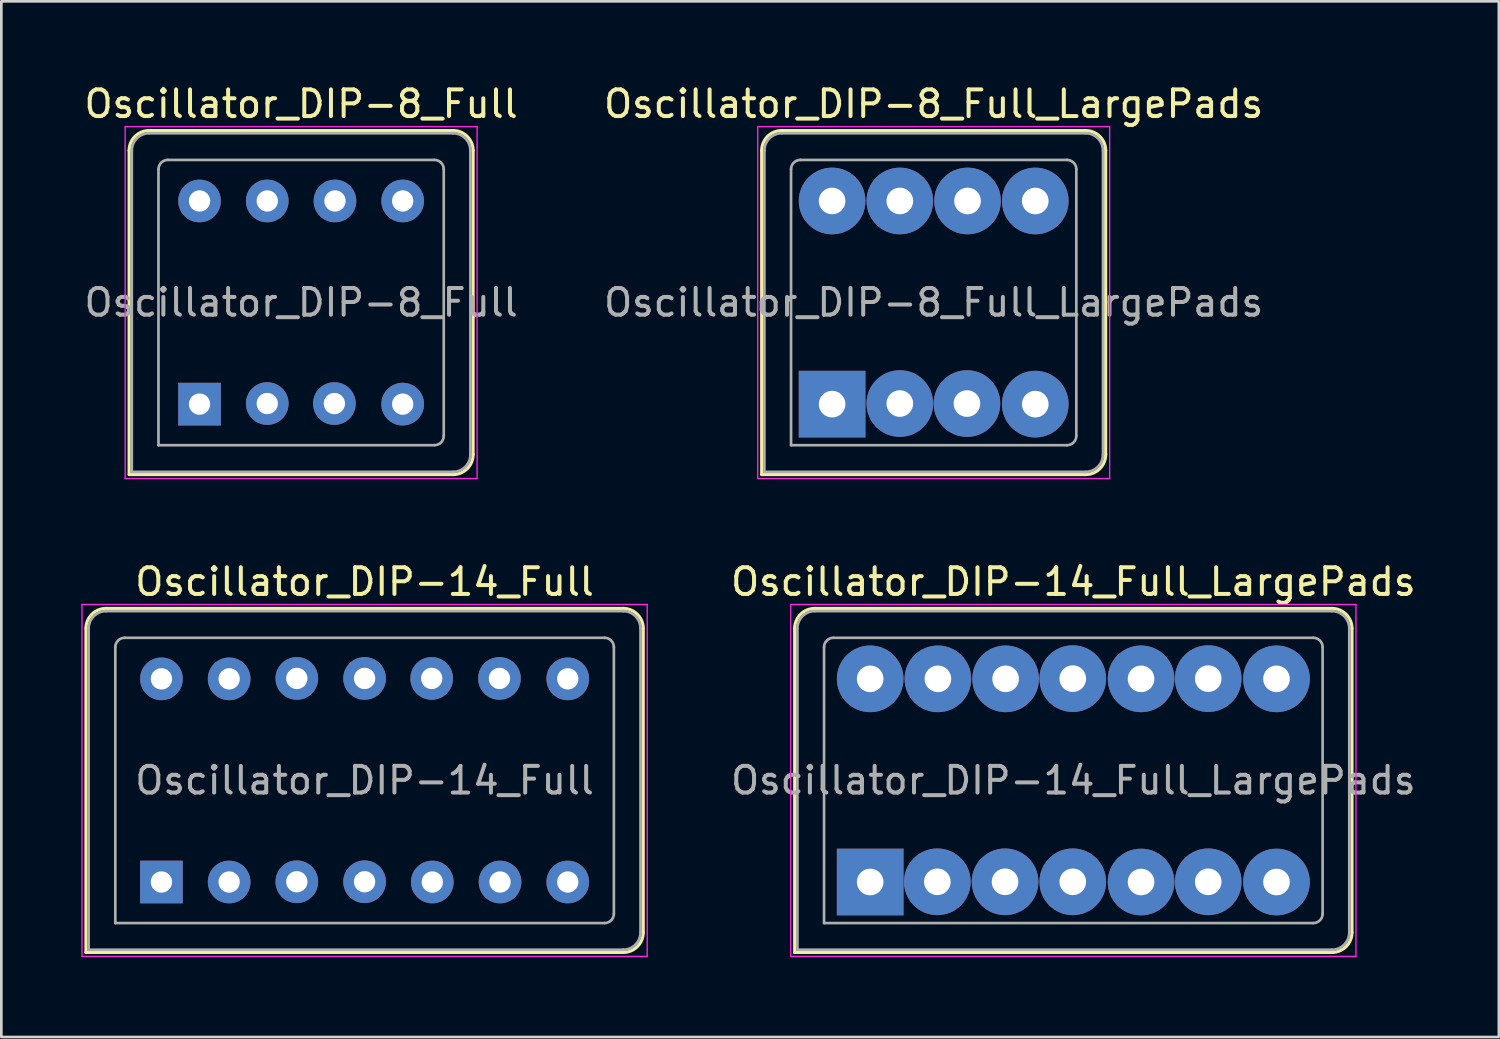
<source format=kicad_pcb>
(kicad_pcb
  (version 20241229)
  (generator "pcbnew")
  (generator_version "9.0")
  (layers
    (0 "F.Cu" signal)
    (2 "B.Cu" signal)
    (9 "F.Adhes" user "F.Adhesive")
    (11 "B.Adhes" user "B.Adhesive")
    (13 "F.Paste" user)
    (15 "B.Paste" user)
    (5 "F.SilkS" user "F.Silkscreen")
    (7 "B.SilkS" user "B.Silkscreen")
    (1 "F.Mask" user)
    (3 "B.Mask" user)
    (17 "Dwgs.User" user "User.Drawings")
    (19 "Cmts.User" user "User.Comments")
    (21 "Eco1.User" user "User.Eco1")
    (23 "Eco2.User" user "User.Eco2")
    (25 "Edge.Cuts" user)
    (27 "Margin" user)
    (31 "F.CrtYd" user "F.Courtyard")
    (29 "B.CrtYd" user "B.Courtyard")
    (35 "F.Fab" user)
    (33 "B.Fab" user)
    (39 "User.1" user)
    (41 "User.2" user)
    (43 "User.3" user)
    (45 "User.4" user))
  (footprint "Oscillator_DIP-14_Full_LargePads"
    (layer "F.Cu")
    (at 29.588 30.032)
    (property "Reference" "Oscillator_DIP-14_Full_LargePads" (at 7.62 -11.26 0) (layer "F.SilkS") (effects (font (size 1 1) (thickness 0.15))))
    (attr through_hole)
    (fp_line (start -2.83 -9.51) (end -2.83 2.64) (stroke (width 0.12) (type solid)) (layer "F.SilkS"))
    (fp_line (start -2.83 2.64) (end 17.32 2.64) (stroke (width 0.12) (type solid)) (layer "F.SilkS"))
    (fp_line (start 17.32 -10.26) (end -2.08 -10.26) (stroke (width 0.12) (type solid)) (layer "F.SilkS"))
    (fp_line (start 18.07 1.89) (end 18.07 -9.51) (stroke (width 0.12) (type solid)) (layer "F.SilkS"))
    (fp_arc (start -2.83 -9.51) (mid -2.61033 -10.04033) (end -2.08 -10.26) (stroke (width 0.12) (type solid)) (layer "F.SilkS"))
    (fp_arc (start 17.32 -10.26) (mid 17.85033 -10.04033) (end 18.07 -9.51) (stroke (width 0.12) (type solid)) (layer "F.SilkS"))
    (fp_arc (start 18.07 1.89) (mid 17.85033 2.42033) (end 17.32 2.64) (stroke (width 0.12) (type solid)) (layer "F.SilkS"))
    (fp_line (start -2.98 -10.41) (end -2.98 2.79) (stroke (width 0.05) (type solid)) (layer "F.CrtYd"))
    (fp_line (start -2.98 2.79) (end 18.22 2.79) (stroke (width 0.05) (type solid)) (layer "F.CrtYd"))
    (fp_line (start 18.22 -10.41) (end -2.98 -10.41) (stroke (width 0.05) (type solid)) (layer "F.CrtYd"))
    (fp_line (start 18.22 2.79) (end 18.22 -10.41) (stroke (width 0.05) (type solid)) (layer "F.CrtYd"))
    (fp_line (start -2.73 2.54) (end -2.73 -9.51) (stroke (width 0.1) (type solid)) (layer "F.Fab"))
    (fp_line (start -2.73 2.54) (end 17.32 2.54) (stroke (width 0.1) (type solid)) (layer "F.Fab"))
    (fp_line (start -2.08 -10.16) (end 17.32 -10.16) (stroke (width 0.1) (type solid)) (layer "F.Fab"))
    (fp_line (start -1.73 1.54) (end -1.73 -8.81) (stroke (width 0.1) (type solid)) (layer "F.Fab"))
    (fp_line (start -1.73 1.54) (end 16.62 1.54) (stroke (width 0.1) (type solid)) (layer "F.Fab"))
    (fp_line (start -1.38 -9.16) (end 16.62 -9.16) (stroke (width 0.1) (type solid)) (layer "F.Fab"))
    (fp_line (start 16.97 1.19) (end 16.97 -8.81) (stroke (width 0.1) (type solid)) (layer "F.Fab"))
    (fp_line (start 17.97 -9.51) (end 17.97 1.89) (stroke (width 0.1) (type solid)) (layer "F.Fab"))
    (fp_arc (start -2.73 -9.51) (mid -2.539619 -9.969619) (end -2.08 -10.16) (stroke (width 0.1) (type solid)) (layer "F.Fab"))
    (fp_arc (start -1.73 -8.81) (mid -1.627487 -9.057487) (end -1.38 -9.16) (stroke (width 0.1) (type solid)) (layer "F.Fab"))
    (fp_arc (start 16.62 -9.16) (mid 16.867487 -9.057487) (end 16.97 -8.81) (stroke (width 0.1) (type solid)) (layer "F.Fab"))
    (fp_arc (start 16.97 1.19) (mid 16.867487 1.437487) (end 16.62 1.54) (stroke (width 0.1) (type solid)) (layer "F.Fab"))
    (fp_arc (start 17.32 -10.16) (mid 17.779619 -9.969619) (end 17.97 -9.51) (stroke (width 0.1) (type solid)) (layer "F.Fab"))
    (fp_arc (start 17.97 1.89) (mid 17.779619 2.349619) (end 17.32 2.54) (stroke (width 0.1) (type solid)) (layer "F.Fab"))
    (fp_text user "${REFERENCE}" (at 7.62 -3.81 0) (layer "F.Fab") (effects (font (size 1 1) (thickness 0.15))))
    (pad "" thru_hole circle (at 2.519 -0.008) (size 2.5 2.5) (drill 1) (layers "*.Cu" "*.Mask"))
    (pad "" thru_hole circle (at 2.54 -7.62) (size 2.5 2.5) (drill 1) (layers "*.Cu" "*.Mask"))
    (pad "" thru_hole circle (at 5.059 -0.008) (size 2.5 2.5) (drill 1) (layers "*.Cu" "*.Mask"))
    (pad "" thru_hole circle (at 5.08 -7.62) (size 2.5 2.5) (drill 1) (layers "*.Cu" "*.Mask"))
    (pad "" thru_hole circle (at 7.599 -7.628) (size 2.5 2.5) (drill 1) (layers "*.Cu" "*.Mask"))
    (pad "" thru_hole circle (at 7.599 -0.008) (size 2.5 2.5) (drill 1) (layers "*.Cu" "*.Mask"))
    (pad "" thru_hole circle (at 10.16 -7.62) (size 2.5 2.5) (drill 1) (layers "*.Cu" "*.Mask"))
    (pad "" thru_hole circle (at 10.16 0) (size 2.5 2.5) (drill 1) (layers "*.Cu" "*.Mask"))
    (pad "" thru_hole circle (at 12.679 -7.628) (size 2.5 2.5) (drill 1) (layers "*.Cu" "*.Mask"))
    (pad "" thru_hole circle (at 12.679 -0.008) (size 2.5 2.5) (drill 1) (layers "*.Cu" "*.Mask"))
    (pad "1" thru_hole rect (at 0 0) (size 2.5 2.5) (drill 1) (layers "*.Cu" "*.Mask"))
    (pad "7" thru_hole circle (at 15.24 0) (size 2.5 2.5) (drill 1) (layers "*.Cu" "*.Mask"))
    (pad "8" thru_hole circle (at 15.24 -7.62) (size 2.5 2.5) (drill 1) (layers "*.Cu" "*.Mask"))
    (pad "14" thru_hole circle (at 0 -7.62) (size 2.5 2.5) (drill 1) (layers "*.Cu" "*.Mask")))
  (footprint "Oscillator_DIP-8_Full_LargePads"
    (layer "F.Cu")
    (at 28.16 12.108)
    (property "Reference" "Oscillator_DIP-8_Full_LargePads" (at 3.81 -11.26 0) (layer "F.SilkS") (effects (font (size 1 1) (thickness 0.15))))
    (attr through_hole)
    (fp_line (start -2.64 -9.51) (end -2.64 2.64) (stroke (width 0.12) (type solid)) (layer "F.SilkS"))
    (fp_line (start -2.64 2.64) (end 9.51 2.64) (stroke (width 0.12) (type solid)) (layer "F.SilkS"))
    (fp_line (start 9.51 -10.26) (end -1.89 -10.26) (stroke (width 0.12) (type solid)) (layer "F.SilkS"))
    (fp_line (start 10.26 1.89) (end 10.26 -9.51) (stroke (width 0.12) (type solid)) (layer "F.SilkS"))
    (fp_arc (start -2.64 -9.51) (mid -2.42033 -10.04033) (end -1.89 -10.26) (stroke (width 0.12) (type solid)) (layer "F.SilkS"))
    (fp_arc (start 9.51 -10.26) (mid 10.04033 -10.04033) (end 10.26 -9.51) (stroke (width 0.12) (type solid)) (layer "F.SilkS"))
    (fp_arc (start 10.26 1.89) (mid 10.04033 2.42033) (end 9.51 2.64) (stroke (width 0.12) (type solid)) (layer "F.SilkS"))
    (fp_line (start -2.79 -10.41) (end -2.79 2.79) (stroke (width 0.05) (type solid)) (layer "F.CrtYd"))
    (fp_line (start -2.79 2.79) (end 10.41 2.79) (stroke (width 0.05) (type solid)) (layer "F.CrtYd"))
    (fp_line (start 10.41 -10.41) (end -2.79 -10.41) (stroke (width 0.05) (type solid)) (layer "F.CrtYd"))
    (fp_line (start 10.41 2.79) (end 10.41 -10.41) (stroke (width 0.05) (type solid)) (layer "F.CrtYd"))
    (fp_line (start -2.54 2.54) (end -2.54 -9.51) (stroke (width 0.1) (type solid)) (layer "F.Fab"))
    (fp_line (start -2.54 2.54) (end 9.51 2.54) (stroke (width 0.1) (type solid)) (layer "F.Fab"))
    (fp_line (start -1.89 -10.16) (end 9.51 -10.16) (stroke (width 0.1) (type solid)) (layer "F.Fab"))
    (fp_line (start -1.54 1.54) (end -1.54 -8.81) (stroke (width 0.1) (type solid)) (layer "F.Fab"))
    (fp_line (start -1.54 1.54) (end 8.81 1.54) (stroke (width 0.1) (type solid)) (layer "F.Fab"))
    (fp_line (start -1.19 -9.16) (end 8.81 -9.16) (stroke (width 0.1) (type solid)) (layer "F.Fab"))
    (fp_line (start 9.16 1.19) (end 9.16 -8.81) (stroke (width 0.1) (type solid)) (layer "F.Fab"))
    (fp_line (start 10.16 -9.51) (end 10.16 1.89) (stroke (width 0.1) (type solid)) (layer "F.Fab"))
    (fp_arc (start -2.54 -9.51) (mid -2.349619 -9.969619) (end -1.89 -10.16) (stroke (width 0.1) (type solid)) (layer "F.Fab"))
    (fp_arc (start -1.54 -8.81) (mid -1.437487 -9.057487) (end -1.19 -9.16) (stroke (width 0.1) (type solid)) (layer "F.Fab"))
    (fp_arc (start 8.81 -9.16) (mid 9.057487 -9.057487) (end 9.16 -8.81) (stroke (width 0.1) (type solid)) (layer "F.Fab"))
    (fp_arc (start 9.16 1.19) (mid 9.057487 1.437487) (end 8.81 1.54) (stroke (width 0.1) (type solid)) (layer "F.Fab"))
    (fp_arc (start 9.51 -10.16) (mid 9.969619 -9.969619) (end 10.16 -9.51) (stroke (width 0.1) (type solid)) (layer "F.Fab"))
    (fp_arc (start 10.16 1.89) (mid 9.969619 2.349619) (end 9.51 2.54) (stroke (width 0.1) (type solid)) (layer "F.Fab"))
    (fp_text user "${REFERENCE}" (at 3.81 -3.81 0) (layer "F.Fab") (effects (font (size 1 1) (thickness 0.15))))
    (pad "" thru_hole circle (at 2.54 -0.022) (size 2.5 2.5) (drill 1) (layers "*.Cu" "*.Mask"))
    (pad "" thru_hole circle (at 2.54 -7.62) (size 2.5 2.5) (drill 1) (layers "*.Cu" "*.Mask"))
    (pad "" thru_hole circle (at 5.058 -0.022) (size 2.5 2.5) (drill 1) (layers "*.Cu" "*.Mask"))
    (pad "" thru_hole circle (at 5.08 -7.62) (size 2.5 2.5) (drill 1) (layers "*.Cu" "*.Mask"))
    (pad "1" thru_hole rect (at 0 0) (size 2.5 2.5) (drill 1) (layers "*.Cu" "*.Mask"))
    (pad "4" thru_hole circle (at 7.62 0) (size 2.5 2.5) (drill 1) (layers "*.Cu" "*.Mask"))
    (pad "5" thru_hole circle (at 7.62 -7.62) (size 2.5 2.5) (drill 1) (layers "*.Cu" "*.Mask"))
    (pad "8" thru_hole circle (at 0 -7.62) (size 2.5 2.5) (drill 1) (layers "*.Cu" "*.Mask")))
  (footprint "Oscillator_DIP-8_Full"
    (layer "F.Cu")
    (at 4.434 12.108)
    (property "Reference" "Oscillator_DIP-8_Full" (at 3.81 -11.26 0) (layer "F.SilkS") (effects (font (size 1 1) (thickness 0.15))))
    (attr through_hole)
    (fp_line (start -2.64 -9.51) (end -2.64 2.64) (stroke (width 0.12) (type solid)) (layer "F.SilkS"))
    (fp_line (start -2.64 2.64) (end 9.51 2.64) (stroke (width 0.12) (type solid)) (layer "F.SilkS"))
    (fp_line (start 9.51 -10.26) (end -1.89 -10.26) (stroke (width 0.12) (type solid)) (layer "F.SilkS"))
    (fp_line (start 10.26 1.89) (end 10.26 -9.51) (stroke (width 0.12) (type solid)) (layer "F.SilkS"))
    (fp_arc (start -2.64 -9.51) (mid -2.42033 -10.04033) (end -1.89 -10.26) (stroke (width 0.12) (type solid)) (layer "F.SilkS"))
    (fp_arc (start 9.51 -10.26) (mid 10.04033 -10.04033) (end 10.26 -9.51) (stroke (width 0.12) (type solid)) (layer "F.SilkS"))
    (fp_arc (start 10.26 1.89) (mid 10.04033 2.42033) (end 9.51 2.64) (stroke (width 0.12) (type solid)) (layer "F.SilkS"))
    (fp_line (start -2.79 -10.41) (end -2.79 2.79) (stroke (width 0.05) (type solid)) (layer "F.CrtYd"))
    (fp_line (start -2.79 2.79) (end 10.41 2.79) (stroke (width 0.05) (type solid)) (layer "F.CrtYd"))
    (fp_line (start 10.41 -10.41) (end -2.79 -10.41) (stroke (width 0.05) (type solid)) (layer "F.CrtYd"))
    (fp_line (start 10.41 2.79) (end 10.41 -10.41) (stroke (width 0.05) (type solid)) (layer "F.CrtYd"))
    (fp_line (start -2.54 2.54) (end -2.54 -9.51) (stroke (width 0.1) (type solid)) (layer "F.Fab"))
    (fp_line (start -2.54 2.54) (end 9.51 2.54) (stroke (width 0.1) (type solid)) (layer "F.Fab"))
    (fp_line (start -1.89 -10.16) (end 9.51 -10.16) (stroke (width 0.1) (type solid)) (layer "F.Fab"))
    (fp_line (start -1.54 1.54) (end -1.54 -8.81) (stroke (width 0.1) (type solid)) (layer "F.Fab"))
    (fp_line (start -1.54 1.54) (end 8.81 1.54) (stroke (width 0.1) (type solid)) (layer "F.Fab"))
    (fp_line (start -1.19 -9.16) (end 8.81 -9.16) (stroke (width 0.1) (type solid)) (layer "F.Fab"))
    (fp_line (start 9.16 1.19) (end 9.16 -8.81) (stroke (width 0.1) (type solid)) (layer "F.Fab"))
    (fp_line (start 10.16 -9.51) (end 10.16 1.89) (stroke (width 0.1) (type solid)) (layer "F.Fab"))
    (fp_arc (start -2.54 -9.51) (mid -2.349619 -9.969619) (end -1.89 -10.16) (stroke (width 0.1) (type solid)) (layer "F.Fab"))
    (fp_arc (start -1.54 -8.81) (mid -1.437487 -9.057487) (end -1.19 -9.16) (stroke (width 0.1) (type solid)) (layer "F.Fab"))
    (fp_arc (start 8.81 -9.16) (mid 9.057487 -9.057487) (end 9.16 -8.81) (stroke (width 0.1) (type solid)) (layer "F.Fab"))
    (fp_arc (start 9.16 1.19) (mid 9.057487 1.437487) (end 8.81 1.54) (stroke (width 0.1) (type solid)) (layer "F.Fab"))
    (fp_arc (start 9.51 -10.16) (mid 9.969619 -9.969619) (end 10.16 -9.51) (stroke (width 0.1) (type solid)) (layer "F.Fab"))
    (fp_arc (start 10.16 1.89) (mid 9.969619 2.349619) (end 9.51 2.54) (stroke (width 0.1) (type solid)) (layer "F.Fab"))
    (fp_text user "${REFERENCE}" (at 3.81 -3.81 0) (layer "F.Fab") (effects (font (size 1 1) (thickness 0.15))))
    (pad "" thru_hole circle (at 2.54 -0.022) (size 1.6 1.6) (drill 0.8) (layers "*.Cu" "*.Mask"))
    (pad "" thru_hole circle (at 2.54 -7.62) (size 1.6 1.6) (drill 0.8) (layers "*.Cu" "*.Mask"))
    (pad "" thru_hole circle (at 5.058 -0.022) (size 1.6 1.6) (drill 0.8) (layers "*.Cu" "*.Mask"))
    (pad "" thru_hole circle (at 5.08 -7.62) (size 1.6 1.6) (drill 0.8) (layers "*.Cu" "*.Mask"))
    (pad "1" thru_hole rect (at 0 0) (size 1.6 1.6) (drill 0.8) (layers "*.Cu" "*.Mask"))
    (pad "4" thru_hole circle (at 7.62 0) (size 1.6 1.6) (drill 0.8) (layers "*.Cu" "*.Mask"))
    (pad "5" thru_hole circle (at 7.62 -7.62) (size 1.6 1.6) (drill 0.8) (layers "*.Cu" "*.Mask"))
    (pad "8" thru_hole circle (at 0 -7.62) (size 1.6 1.6) (drill 0.8) (layers "*.Cu" "*.Mask")))
  (footprint "Oscillator_DIP-14_Full"
    (layer "F.Cu")
    (at 3.005 30.032)
    (property "Reference" "Oscillator_DIP-14_Full" (at 7.62 -11.26 0) (layer "F.SilkS") (effects (font (size 1 1) (thickness 0.15))))
    (attr through_hole)
    (fp_line (start -2.83 -9.51) (end -2.83 2.64) (stroke (width 0.12) (type solid)) (layer "F.SilkS"))
    (fp_line (start -2.83 2.64) (end 17.32 2.64) (stroke (width 0.12) (type solid)) (layer "F.SilkS"))
    (fp_line (start 17.32 -10.26) (end -2.08 -10.26) (stroke (width 0.12) (type solid)) (layer "F.SilkS"))
    (fp_line (start 18.07 1.89) (end 18.07 -9.51) (stroke (width 0.12) (type solid)) (layer "F.SilkS"))
    (fp_arc (start -2.83 -9.51) (mid -2.61033 -10.04033) (end -2.08 -10.26) (stroke (width 0.12) (type solid)) (layer "F.SilkS"))
    (fp_arc (start 17.32 -10.26) (mid 17.85033 -10.04033) (end 18.07 -9.51) (stroke (width 0.12) (type solid)) (layer "F.SilkS"))
    (fp_arc (start 18.07 1.89) (mid 17.85033 2.42033) (end 17.32 2.64) (stroke (width 0.12) (type solid)) (layer "F.SilkS"))
    (fp_line (start -2.98 -10.41) (end -2.98 2.79) (stroke (width 0.05) (type solid)) (layer "F.CrtYd"))
    (fp_line (start -2.98 2.79) (end 18.22 2.79) (stroke (width 0.05) (type solid)) (layer "F.CrtYd"))
    (fp_line (start 18.22 -10.41) (end -2.98 -10.41) (stroke (width 0.05) (type solid)) (layer "F.CrtYd"))
    (fp_line (start 18.22 2.79) (end 18.22 -10.41) (stroke (width 0.05) (type solid)) (layer "F.CrtYd"))
    (fp_line (start -2.73 2.54) (end -2.73 -9.51) (stroke (width 0.1) (type solid)) (layer "F.Fab"))
    (fp_line (start -2.73 2.54) (end 17.32 2.54) (stroke (width 0.1) (type solid)) (layer "F.Fab"))
    (fp_line (start -2.08 -10.16) (end 17.32 -10.16) (stroke (width 0.1) (type solid)) (layer "F.Fab"))
    (fp_line (start -1.73 1.54) (end -1.73 -8.81) (stroke (width 0.1) (type solid)) (layer "F.Fab"))
    (fp_line (start -1.73 1.54) (end 16.62 1.54) (stroke (width 0.1) (type solid)) (layer "F.Fab"))
    (fp_line (start -1.38 -9.16) (end 16.62 -9.16) (stroke (width 0.1) (type solid)) (layer "F.Fab"))
    (fp_line (start 16.97 1.19) (end 16.97 -8.81) (stroke (width 0.1) (type solid)) (layer "F.Fab"))
    (fp_line (start 17.97 -9.51) (end 17.97 1.89) (stroke (width 0.1) (type solid)) (layer "F.Fab"))
    (fp_arc (start -2.73 -9.51) (mid -2.539619 -9.969619) (end -2.08 -10.16) (stroke (width 0.1) (type solid)) (layer "F.Fab"))
    (fp_arc (start -1.73 -8.81) (mid -1.627487 -9.057487) (end -1.38 -9.16) (stroke (width 0.1) (type solid)) (layer "F.Fab"))
    (fp_arc (start 16.62 -9.16) (mid 16.867487 -9.057487) (end 16.97 -8.81) (stroke (width 0.1) (type solid)) (layer "F.Fab"))
    (fp_arc (start 16.97 1.19) (mid 16.867487 1.437487) (end 16.62 1.54) (stroke (width 0.1) (type solid)) (layer "F.Fab"))
    (fp_arc (start 17.32 -10.16) (mid 17.779619 -9.969619) (end 17.97 -9.51) (stroke (width 0.1) (type solid)) (layer "F.Fab"))
    (fp_arc (start 17.97 1.89) (mid 17.779619 2.349619) (end 17.32 2.54) (stroke (width 0.1) (type solid)) (layer "F.Fab"))
    (fp_text user "${REFERENCE}" (at 7.62 -3.81 0) (layer "F.Fab") (effects (font (size 1 1) (thickness 0.15))))
    (pad "" thru_hole circle (at 2.54 -7.62) (size 1.6 1.6) (drill 0.8) (layers "*.Cu" "*.Mask"))
    (pad "" thru_hole circle (at 2.54 0) (size 1.6 1.6) (drill 0.8) (layers "*.Cu" "*.Mask"))
    (pad "" thru_hole circle (at 5.078 -7.636) (size 1.6 1.6) (drill 0.8) (layers "*.Cu" "*.Mask"))
    (pad "" thru_hole circle (at 5.078 -0.01) (size 1.6 1.6) (drill 0.8) (layers "*.Cu" "*.Mask"))
    (pad "" thru_hole circle (at 7.62 -7.636) (size 1.6 1.6) (drill 0.8) (layers "*.Cu" "*.Mask"))
    (pad "" thru_hole circle (at 7.62 -0.01) (size 1.6 1.6) (drill 0.8) (layers "*.Cu" "*.Mask"))
    (pad "" thru_hole circle (at 10.136 -7.636) (size 1.6 1.6) (drill 0.8) (layers "*.Cu" "*.Mask"))
    (pad "" thru_hole circle (at 10.16 0) (size 1.6 1.6) (drill 0.8) (layers "*.Cu" "*.Mask"))
    (pad "" thru_hole circle (at 12.678 -7.636) (size 1.6 1.6) (drill 0.8) (layers "*.Cu" "*.Mask"))
    (pad "" thru_hole circle (at 12.7 0) (size 1.6 1.6) (drill 0.8) (layers "*.Cu" "*.Mask"))
    (pad "1" thru_hole rect (at 0 0) (size 1.6 1.6) (drill 0.8) (layers "*.Cu" "*.Mask"))
    (pad "7" thru_hole circle (at 15.24 0) (size 1.6 1.6) (drill 0.8) (layers "*.Cu" "*.Mask"))
    (pad "8" thru_hole circle (at 15.24 -7.62) (size 1.6 1.6) (drill 0.8) (layers "*.Cu" "*.Mask"))
    (pad "14" thru_hole circle (at 0 -7.62) (size 1.6 1.6) (drill 0.8) (layers "*.Cu" "*.Mask")))
  (gr_rect
    (start -3 -3)
    (end 53.167 35.846)
    (stroke (width 0.1) (type default))
    (fill no)
    (layer "Edge.Cuts")))
</source>
